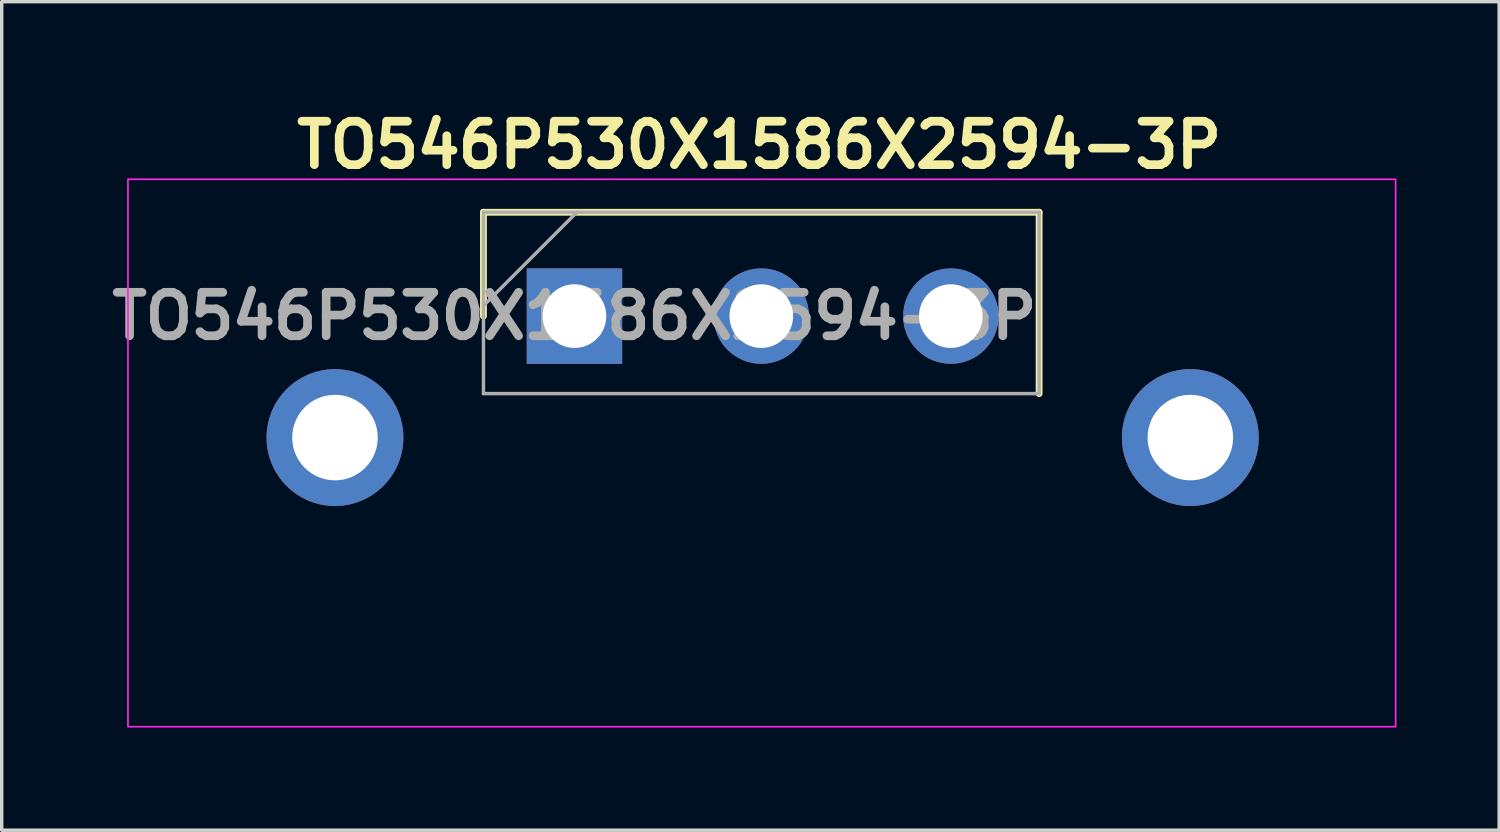
<source format=kicad_pcb>
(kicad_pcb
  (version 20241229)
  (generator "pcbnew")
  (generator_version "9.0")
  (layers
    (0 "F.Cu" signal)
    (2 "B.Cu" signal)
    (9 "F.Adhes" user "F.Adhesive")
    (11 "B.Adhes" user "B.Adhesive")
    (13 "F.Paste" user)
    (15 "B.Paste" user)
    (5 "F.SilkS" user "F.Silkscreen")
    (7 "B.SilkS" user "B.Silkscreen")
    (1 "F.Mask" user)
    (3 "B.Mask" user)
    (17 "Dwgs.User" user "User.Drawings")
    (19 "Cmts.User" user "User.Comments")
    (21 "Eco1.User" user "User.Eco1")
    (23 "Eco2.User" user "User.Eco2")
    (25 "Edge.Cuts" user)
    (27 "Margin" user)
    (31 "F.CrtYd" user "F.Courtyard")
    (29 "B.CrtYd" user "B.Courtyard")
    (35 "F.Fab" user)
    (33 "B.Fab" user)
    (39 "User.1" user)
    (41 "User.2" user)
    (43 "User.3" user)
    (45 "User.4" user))
  (footprint "TO546P530X1586X2594-3P"
    (layer "F.Cu")
    (at 13.74 6.189)
    (property "Reference" "TO546P530X1586X2594-3P" (at 5.4 -5 0) (unlocked yes) (layer "F.SilkS") (effects (font (size 1.27 1.27) (thickness 0.254))))
    (attr through_hole)
    (fp_line (start -2.66 -3.035) (end -2.66 0) (stroke (width 0.2) (type solid)) (layer "F.SilkS"))
    (fp_line (start 13.58 -3.035) (end -2.66 -3.035) (stroke (width 0.2) (type solid)) (layer "F.SilkS"))
    (fp_line (start 13.58 2.265) (end 13.58 -3.035) (stroke (width 0.2) (type solid)) (layer "F.SilkS"))
    (fp_rect (start -13.05 -4) (end 24 12) (stroke (width 0.05) (type default)) (fill no) (layer "F.CrtYd"))
    (fp_line (start -2.66 -3.035) (end 13.58 -3.035) (stroke (width 0.1) (type solid)) (layer "F.Fab"))
    (fp_line (start -2.66 -0.305) (end 0.07 -3.035) (stroke (width 0.1) (type solid)) (layer "F.Fab"))
    (fp_line (start -2.66 2.265) (end -2.66 -3.035) (stroke (width 0.1) (type solid)) (layer "F.Fab"))
    (fp_line (start 13.58 -3.035) (end 13.58 2.265) (stroke (width 0.1) (type solid)) (layer "F.Fab"))
    (fp_line (start 13.58 2.265) (end -2.66 2.265) (stroke (width 0.1) (type solid)) (layer "F.Fab"))
    (fp_text user "${REFERENCE}" (at 0 0 0) (layer "F.Fab") (effects (font (size 1.27 1.27) (thickness 0.254))))
    (pad "" np_thru_hole circle (at -7 3.55) (size 4 4) (drill 2.5) (layers "*.Cu" "*.Mask"))
    (pad "" np_thru_hole circle (at 18 3.55) (size 4 4) (drill 2.5) (layers "*.Cu" "*.Mask"))
    (pad "1" thru_hole circle (at 11 0) (size 2.79 2.79) (drill 1.86) (layers "*.Cu" "*.Mask"))
    (pad "2" thru_hole circle (at 5.46 0) (size 2.79 2.79) (drill 1.86) (layers "*.Cu" "*.Mask"))
    (pad "3" thru_hole rect (at 0 0) (size 2.79 2.79) (drill 1.86) (layers "*.Cu" "*.Mask")))
  (gr_rect
    (start -3 -3)
    (end 40.765 21.214)
    (stroke (width 0.1) (type default))
    (fill no)
    (layer "Edge.Cuts")))
</source>
